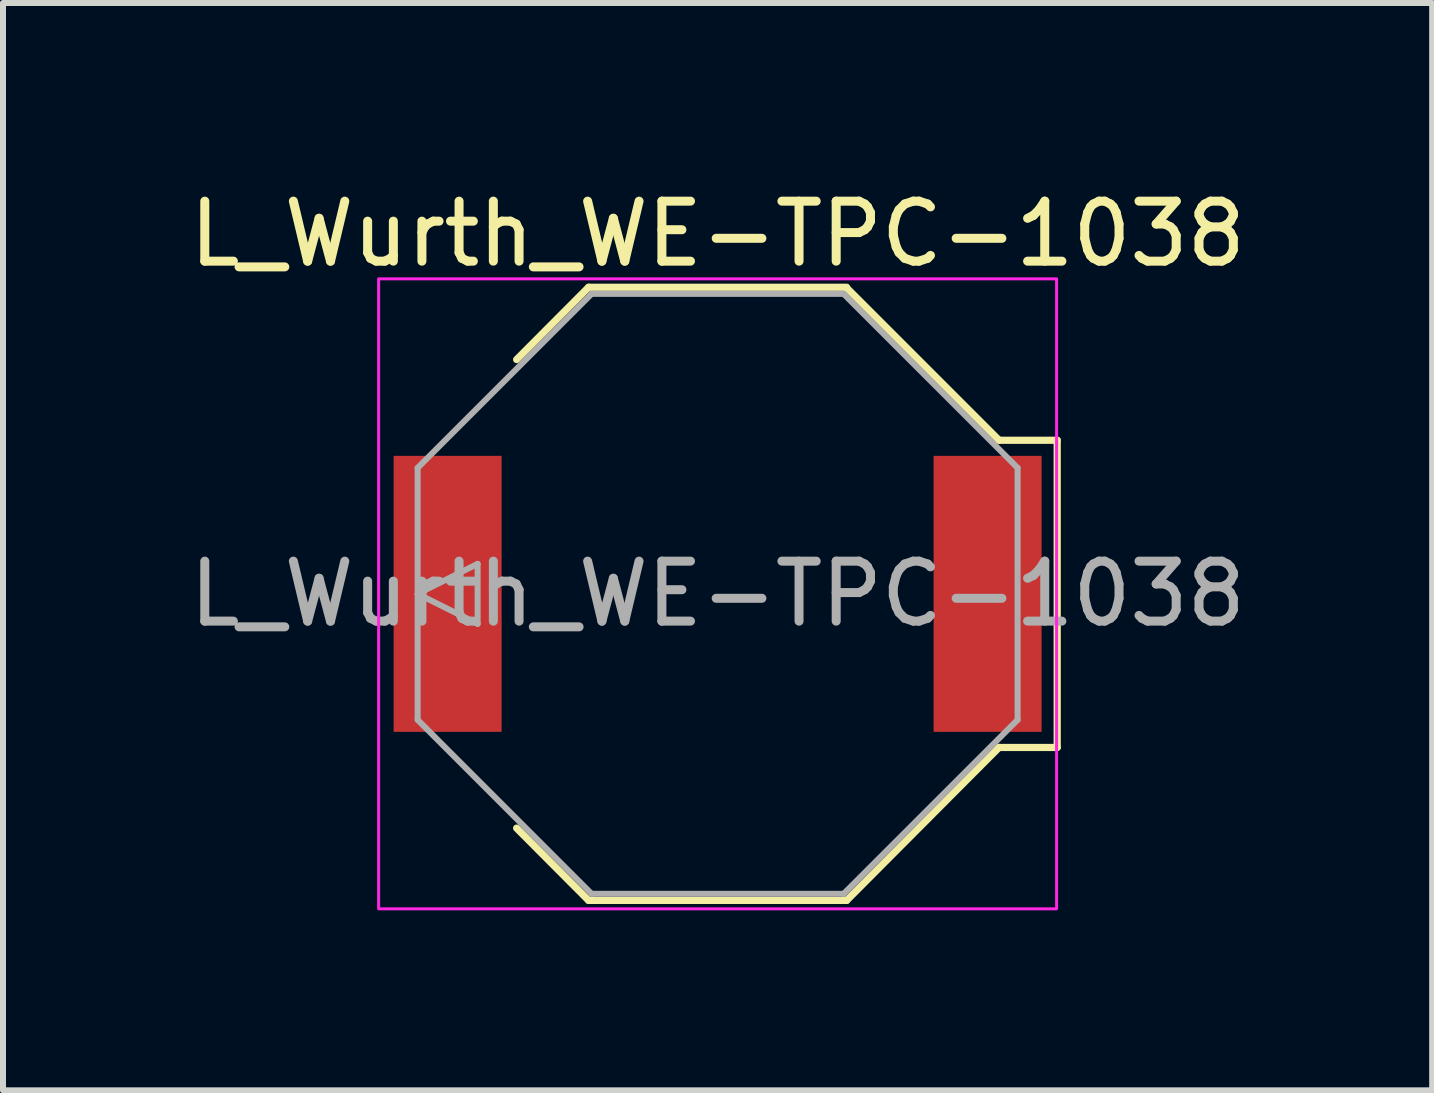
<source format=kicad_pcb>
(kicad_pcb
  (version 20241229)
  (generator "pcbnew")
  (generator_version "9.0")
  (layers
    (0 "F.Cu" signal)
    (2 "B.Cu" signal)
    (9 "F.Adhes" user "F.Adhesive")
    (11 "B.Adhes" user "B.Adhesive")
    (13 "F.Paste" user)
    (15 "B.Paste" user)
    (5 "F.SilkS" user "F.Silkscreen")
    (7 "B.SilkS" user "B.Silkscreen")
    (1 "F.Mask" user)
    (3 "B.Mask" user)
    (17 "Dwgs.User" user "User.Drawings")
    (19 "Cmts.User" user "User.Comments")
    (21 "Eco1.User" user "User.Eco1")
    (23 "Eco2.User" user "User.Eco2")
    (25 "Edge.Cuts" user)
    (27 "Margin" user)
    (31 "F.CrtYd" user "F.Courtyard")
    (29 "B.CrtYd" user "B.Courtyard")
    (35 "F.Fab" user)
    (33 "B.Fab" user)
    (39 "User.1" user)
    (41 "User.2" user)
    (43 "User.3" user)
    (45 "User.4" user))
  (footprint "L_Wurth_WE-TPC-1038"
    (layer "F.Cu")
    (at 8.911 6.848)
    (property "Reference" "L_Wurth_WE-TPC-1038" (at 0 -6 0) (unlocked yes) (layer "F.SilkS") (effects (font (size 1 1) (thickness 0.15))))
    (attr smd)
    (fp_line (start -2.15 -5.11) (end -3.35 -3.905) (stroke (width 0.12) (type default)) (layer "F.SilkS"))
    (fp_line (start -2.15 -5.11) (end 2.15 -5.11) (stroke (width 0.12) (type solid)) (layer "F.SilkS"))
    (fp_line (start -2.15 5.11) (end -3.35 3.905) (stroke (width 0.12) (type solid)) (layer "F.SilkS"))
    (fp_line (start -2.15 5.11) (end 2.15 5.11) (stroke (width 0.12) (type solid)) (layer "F.SilkS"))
    (fp_line (start 2.15 -5.1) (end 4.69 -2.56) (stroke (width 0.12) (type solid)) (layer "F.SilkS"))
    (fp_line (start 4.69 2.56) (end 2.15 5.11) (stroke (width 0.12) (type solid)) (layer "F.SilkS"))
    (fp_line (start 4.69 2.56) (end 5.66 2.56) (stroke (width 0.12) (type solid)) (layer "F.SilkS"))
    (fp_line (start 5.66 -2.56) (end 4.69 -2.56) (stroke (width 0.12) (type solid)) (layer "F.SilkS"))
    (fp_line (start 5.66 -2.56) (end 5.66 2.56) (stroke (width 0.12) (type solid)) (layer "F.SilkS"))
    (fp_rect (start -5.65 -5.25) (end 5.65 5.25) (stroke (width 0.05) (type solid)) (fill no) (layer "F.CrtYd"))
    (fp_line (start -5 -2.1) (end -2.1 -5) (stroke (width 0.1) (type solid)) (layer "F.Fab"))
    (fp_line (start -5 0) (end -4 -0.5) (stroke (width 0.1) (type solid)) (layer "F.Fab"))
    (fp_line (start -5 2.1) (end -5 -2.1) (stroke (width 0.1) (type solid)) (layer "F.Fab"))
    (fp_line (start -5 2.1) (end -2.1 5) (stroke (width 0.1) (type solid)) (layer "F.Fab"))
    (fp_line (start -4 -0.5) (end -4 0.5) (stroke (width 0.1) (type solid)) (layer "F.Fab"))
    (fp_line (start -4 0.5) (end -5 0) (stroke (width 0.1) (type solid)) (layer "F.Fab"))
    (fp_line (start -2.1 5) (end 2.1 5) (stroke (width 0.1) (type solid)) (layer "F.Fab"))
    (fp_line (start 2.1 -5) (end -2.1 -5) (stroke (width 0.1) (type solid)) (layer "F.Fab"))
    (fp_line (start 2.1 5) (end 5 2.1) (stroke (width 0.1) (type solid)) (layer "F.Fab"))
    (fp_line (start 5 -2.1) (end 2.1 -5) (stroke (width 0.1) (type solid)) (layer "F.Fab"))
    (fp_line (start 5 2.1) (end 5 -2.1) (stroke (width 0.1) (type solid)) (layer "F.Fab"))
    (fp_text user "${REFERENCE}" (at 0 0 0) (unlocked yes) (layer "F.Fab") (effects (font (size 1 1) (thickness 0.15))))
    (pad "1" smd rect (at -4.5 0) (size 1.8 4.6) (layers "F.Cu" "F.Mask" "F.Paste"))
    (pad "2" smd rect (at 4.5 0) (size 1.8 4.6) (layers "F.Cu" "F.Mask" "F.Paste")))
  (gr_rect
    (start -3 -3)
    (end 20.821 15.123)
    (stroke (width 0.1) (type default))
    (fill no)
    (layer "Edge.Cuts")))
</source>
